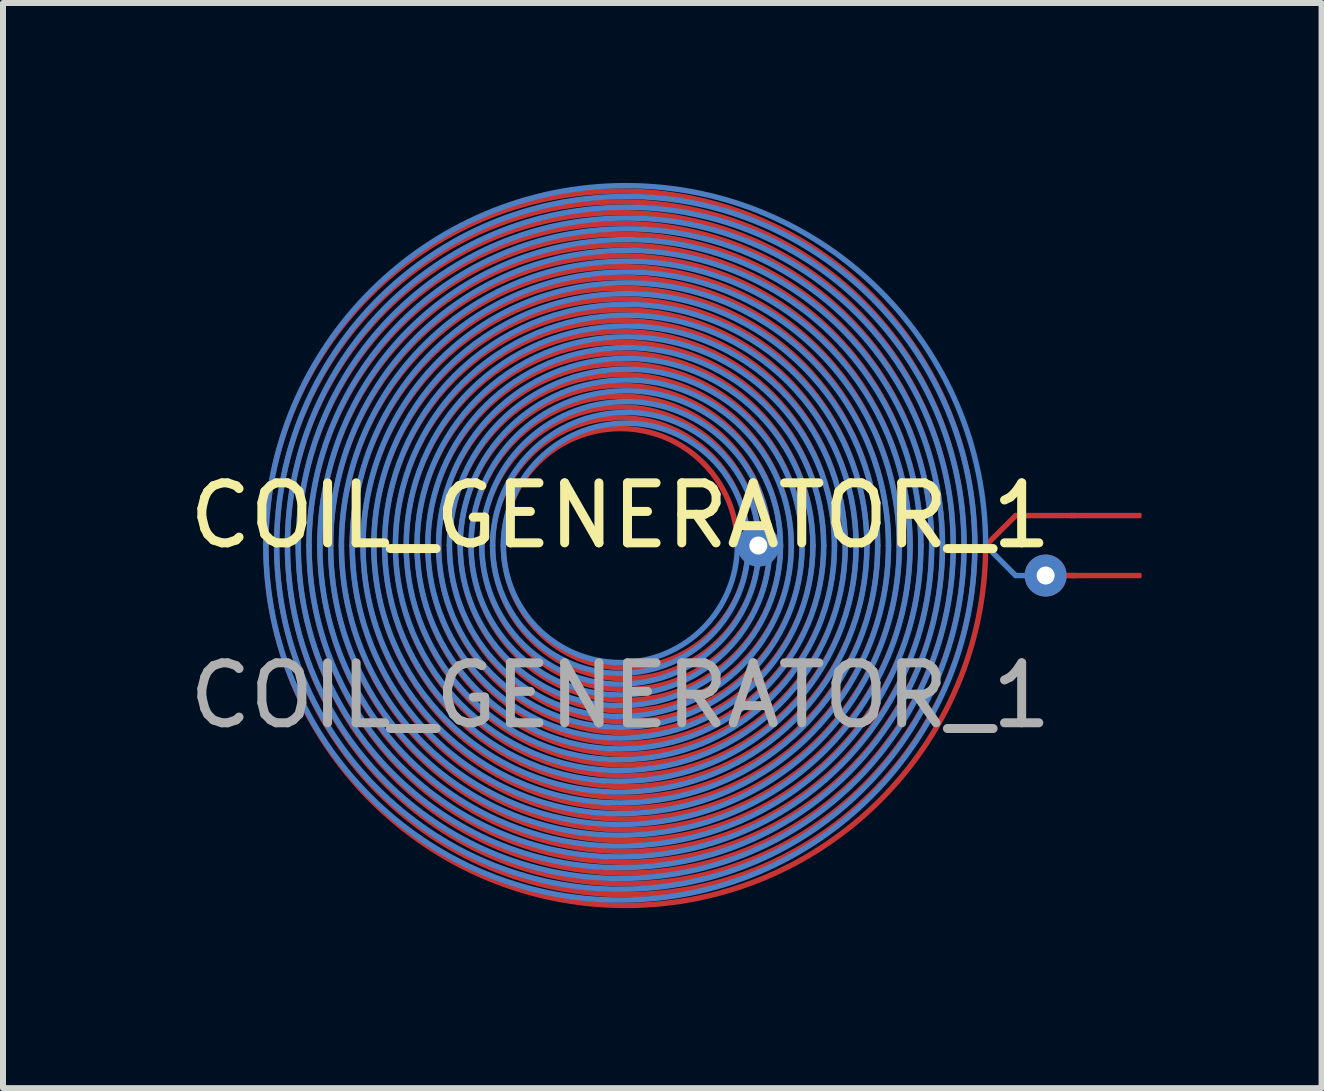
<source format=kicad_pcb>
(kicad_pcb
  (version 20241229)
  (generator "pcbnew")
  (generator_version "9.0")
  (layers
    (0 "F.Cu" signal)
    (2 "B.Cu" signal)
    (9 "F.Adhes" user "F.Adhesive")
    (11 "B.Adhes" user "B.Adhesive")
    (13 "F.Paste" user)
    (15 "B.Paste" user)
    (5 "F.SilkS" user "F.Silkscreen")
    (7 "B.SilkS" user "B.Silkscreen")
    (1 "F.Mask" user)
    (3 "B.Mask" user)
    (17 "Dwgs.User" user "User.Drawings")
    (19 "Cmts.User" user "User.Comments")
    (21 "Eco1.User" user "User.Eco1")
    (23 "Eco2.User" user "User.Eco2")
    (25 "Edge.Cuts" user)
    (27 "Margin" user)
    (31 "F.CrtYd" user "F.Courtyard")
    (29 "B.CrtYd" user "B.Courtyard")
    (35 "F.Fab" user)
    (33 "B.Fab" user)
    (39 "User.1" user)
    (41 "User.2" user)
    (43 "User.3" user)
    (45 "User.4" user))
  (footprint "COIL_GENERATOR_1"
    (layer "F.Cu")
    (at 7.292 6.045)
    (property "Reference" "COIL_GENERATOR_1" (at 0 -0.5 0) (unlocked yes) (layer "F.SilkS") (effects (font (size 1 1) (thickness 0.15))))
    (attr smd)
    (fp_line (start 6.09 0) (end 6.59 -0.5) (stroke (width 0.09) (type solid)) (layer "F.Cu"))
    (fp_line (start 6.59 -0.5) (end 7.59 -0.5) (stroke (width 0.09) (type solid)) (layer "F.Cu"))
    (fp_line (start 7.09 0.5) (end 7.59 0.5) (stroke (width 0.09) (type solid)) (layer "F.Cu"))
    (fp_arc (start -5.91 0) (mid 0 -5.91) (end 5.91 0) (stroke (width 0.09) (type solid)) (layer "F.Cu"))
    (fp_arc (start -5.73 0) (mid 0 -5.73) (end 5.73 0) (stroke (width 0.09) (type solid)) (layer "F.Cu"))
    (fp_arc (start -5.55 0) (mid 0 -5.55) (end 5.55 0) (stroke (width 0.09) (type solid)) (layer "F.Cu"))
    (fp_arc (start -5.37 0) (mid 0 -5.37) (end 5.37 0) (stroke (width 0.09) (type solid)) (layer "F.Cu"))
    (fp_arc (start -5.19 0) (mid 0 -5.19) (end 5.19 0) (stroke (width 0.09) (type solid)) (layer "F.Cu"))
    (fp_arc (start -5.01 0) (mid 0 -5.01) (end 5.01 0) (stroke (width 0.09) (type solid)) (layer "F.Cu"))
    (fp_arc (start -4.83 0) (mid 0 -4.83) (end 4.83 0) (stroke (width 0.09) (type solid)) (layer "F.Cu"))
    (fp_arc (start -4.65 0) (mid 0 -4.65) (end 4.65 0) (stroke (width 0.09) (type solid)) (layer "F.Cu"))
    (fp_arc (start -4.47 0) (mid 0 -4.47) (end 4.47 0) (stroke (width 0.09) (type solid)) (layer "F.Cu"))
    (fp_arc (start -4.29 0) (mid 0 -4.29) (end 4.29 0) (stroke (width 0.09) (type solid)) (layer "F.Cu"))
    (fp_arc (start -4.11 0) (mid 0 -4.11) (end 4.11 0) (stroke (width 0.09) (type solid)) (layer "F.Cu"))
    (fp_arc (start -3.93 0) (mid 0 -3.93) (end 3.93 0) (stroke (width 0.09) (type solid)) (layer "F.Cu"))
    (fp_arc (start -3.75 0) (mid 0 -3.75) (end 3.75 0) (stroke (width 0.09) (type solid)) (layer "F.Cu"))
    (fp_arc (start -3.57 0) (mid 0 -3.57) (end 3.57 0) (stroke (width 0.09) (type solid)) (layer "F.Cu"))
    (fp_arc (start -3.39 0) (mid 0 -3.39) (end 3.39 0) (stroke (width 0.09) (type solid)) (layer "F.Cu"))
    (fp_arc (start -3.21 0) (mid 0 -3.21) (end 3.21 0) (stroke (width 0.09) (type solid)) (layer "F.Cu"))
    (fp_arc (start -3.03 0) (mid 0 -3.03) (end 3.03 0) (stroke (width 0.09) (type solid)) (layer "F.Cu"))
    (fp_arc (start -2.85 0) (mid 0 -2.85) (end 2.85 0) (stroke (width 0.09) (type solid)) (layer "F.Cu"))
    (fp_arc (start -2.67 0) (mid 0 -2.67) (end 2.67 0) (stroke (width 0.09) (type solid)) (layer "F.Cu"))
    (fp_arc (start -2.49 0) (mid 0 -2.49) (end 2.49 0) (stroke (width 0.09) (type solid)) (layer "F.Cu"))
    (fp_arc (start -2.31 0) (mid 0 -2.31) (end 2.31 0) (stroke (width 0.09) (type solid)) (layer "F.Cu"))
    (fp_arc (start -2.13 0) (mid 0 -2.13) (end 2.13 0) (stroke (width 0.09) (type solid)) (layer "F.Cu"))
    (fp_arc (start -1.95 0) (mid 0 -1.95) (end 1.95 0) (stroke (width 0.09) (type solid)) (layer "F.Cu"))
    (fp_arc (start 2.13 0) (mid 0.09 2.04) (end -1.95 0) (stroke (width 0.09) (type solid)) (layer "F.Cu"))
    (fp_arc (start 2.31 0) (mid 0.09 2.22) (end -2.13 0) (stroke (width 0.09) (type solid)) (layer "F.Cu"))
    (fp_arc (start 2.49 0) (mid 0.09 2.4) (end -2.31 0) (stroke (width 0.09) (type solid)) (layer "F.Cu"))
    (fp_arc (start 2.67 0) (mid 0.09 2.58) (end -2.49 0) (stroke (width 0.09) (type solid)) (layer "F.Cu"))
    (fp_arc (start 2.85 0) (mid 0.09 2.76) (end -2.67 0) (stroke (width 0.09) (type solid)) (layer "F.Cu"))
    (fp_arc (start 3.03 0) (mid 0.09 2.94) (end -2.85 0) (stroke (width 0.09) (type solid)) (layer "F.Cu"))
    (fp_arc (start 3.21 0) (mid 0.09 3.12) (end -3.03 0) (stroke (width 0.09) (type solid)) (layer "F.Cu"))
    (fp_arc (start 3.39 0) (mid 0.09 3.3) (end -3.21 0) (stroke (width 0.09) (type solid)) (layer "F.Cu"))
    (fp_arc (start 3.57 0) (mid 0.09 3.48) (end -3.39 0) (stroke (width 0.09) (type solid)) (layer "F.Cu"))
    (fp_arc (start 3.75 0) (mid 0.09 3.66) (end -3.57 0) (stroke (width 0.09) (type solid)) (layer "F.Cu"))
    (fp_arc (start 3.93 0) (mid 0.09 3.84) (end -3.75 0) (stroke (width 0.09) (type solid)) (layer "F.Cu"))
    (fp_arc (start 4.11 0) (mid 0.09 4.02) (end -3.93 0) (stroke (width 0.09) (type solid)) (layer "F.Cu"))
    (fp_arc (start 4.29 0) (mid 0.09 4.2) (end -4.11 0) (stroke (width 0.09) (type solid)) (layer "F.Cu"))
    (fp_arc (start 4.47 0) (mid 0.09 4.38) (end -4.29 0) (stroke (width 0.09) (type solid)) (layer "F.Cu"))
    (fp_arc (start 4.65 0) (mid 0.09 4.56) (end -4.47 0) (stroke (width 0.09) (type solid)) (layer "F.Cu"))
    (fp_arc (start 4.83 0) (mid 0.09 4.74) (end -4.65 0) (stroke (width 0.09) (type solid)) (layer "F.Cu"))
    (fp_arc (start 5.01 0) (mid 0.09 4.92) (end -4.83 0) (stroke (width 0.09) (type solid)) (layer "F.Cu"))
    (fp_arc (start 5.19 0) (mid 0.09 5.1) (end -5.01 0) (stroke (width 0.09) (type solid)) (layer "F.Cu"))
    (fp_arc (start 5.37 0) (mid 0.09 5.28) (end -5.19 0) (stroke (width 0.09) (type solid)) (layer "F.Cu"))
    (fp_arc (start 5.55 0) (mid 0.09 5.46) (end -5.37 0) (stroke (width 0.09) (type solid)) (layer "F.Cu"))
    (fp_arc (start 5.73 0) (mid 0.09 5.64) (end -5.55 0) (stroke (width 0.09) (type solid)) (layer "F.Cu"))
    (fp_arc (start 5.91 0) (mid 0.09 5.82) (end -5.73 0) (stroke (width 0.09) (type solid)) (layer "F.Cu"))
    (fp_arc (start 6.09 0) (mid 0.09 6) (end -5.91 0) (stroke (width 0.09) (type solid)) (layer "F.Cu"))
    (fp_line (start 6.09 0) (end 6.59 0.5) (stroke (width 0.09) (type solid)) (layer "B.Cu"))
    (fp_line (start 6.59 0.5) (end 7.09 0.5) (stroke (width 0.09) (type solid)) (layer "B.Cu"))
    (fp_arc (start -5.91 0) (mid 0.09 -6) (end 6.09 0) (stroke (width 0.09) (type solid)) (layer "B.Cu"))
    (fp_arc (start -5.73 0) (mid 0.09 -5.82) (end 5.91 0) (stroke (width 0.09) (type solid)) (layer "B.Cu"))
    (fp_arc (start -5.55 0) (mid 0.09 -5.64) (end 5.73 0) (stroke (width 0.09) (type solid)) (layer "B.Cu"))
    (fp_arc (start -5.37 0) (mid 0.09 -5.46) (end 5.55 0) (stroke (width 0.09) (type solid)) (layer "B.Cu"))
    (fp_arc (start -5.19 0) (mid 0.09 -5.28) (end 5.37 0) (stroke (width 0.09) (type solid)) (layer "B.Cu"))
    (fp_arc (start -5.01 0) (mid 0.09 -5.1) (end 5.19 0) (stroke (width 0.09) (type solid)) (layer "B.Cu"))
    (fp_arc (start -4.83 0) (mid 0.09 -4.92) (end 5.01 0) (stroke (width 0.09) (type solid)) (layer "B.Cu"))
    (fp_arc (start -4.65 0) (mid 0.09 -4.74) (end 4.83 0) (stroke (width 0.09) (type solid)) (layer "B.Cu"))
    (fp_arc (start -4.47 0) (mid 0.09 -4.56) (end 4.65 0) (stroke (width 0.09) (type solid)) (layer "B.Cu"))
    (fp_arc (start -4.29 0) (mid 0.09 -4.38) (end 4.47 0) (stroke (width 0.09) (type solid)) (layer "B.Cu"))
    (fp_arc (start -4.11 0) (mid 0.09 -4.2) (end 4.29 0) (stroke (width 0.09) (type solid)) (layer "B.Cu"))
    (fp_arc (start -3.93 0) (mid 0.09 -4.02) (end 4.11 0) (stroke (width 0.09) (type solid)) (layer "B.Cu"))
    (fp_arc (start -3.75 0) (mid 0.09 -3.84) (end 3.93 0) (stroke (width 0.09) (type solid)) (layer "B.Cu"))
    (fp_arc (start -3.57 0) (mid 0.09 -3.66) (end 3.75 0) (stroke (width 0.09) (type solid)) (layer "B.Cu"))
    (fp_arc (start -3.39 0) (mid 0.09 -3.48) (end 3.57 0) (stroke (width 0.09) (type solid)) (layer "B.Cu"))
    (fp_arc (start -3.21 0) (mid 0.09 -3.3) (end 3.39 0) (stroke (width 0.09) (type solid)) (layer "B.Cu"))
    (fp_arc (start -3.03 0) (mid 0.09 -3.12) (end 3.21 0) (stroke (width 0.09) (type solid)) (layer "B.Cu"))
    (fp_arc (start -2.85 0) (mid 0.09 -2.94) (end 3.03 0) (stroke (width 0.09) (type solid)) (layer "B.Cu"))
    (fp_arc (start -2.67 0) (mid 0.09 -2.76) (end 2.85 0) (stroke (width 0.09) (type solid)) (layer "B.Cu"))
    (fp_arc (start -2.49 0) (mid 0.09 -2.58) (end 2.67 0) (stroke (width 0.09) (type solid)) (layer "B.Cu"))
    (fp_arc (start -2.31 0) (mid 0.09 -2.4) (end 2.49 0) (stroke (width 0.09) (type solid)) (layer "B.Cu"))
    (fp_arc (start -2.13 0) (mid 0.09 -2.22) (end 2.31 0) (stroke (width 0.09) (type solid)) (layer "B.Cu"))
    (fp_arc (start -1.95 0) (mid 0.09 -2.04) (end 2.13 0) (stroke (width 0.09) (type solid)) (layer "B.Cu"))
    (fp_arc (start 1.95 0) (mid 0 1.95) (end -1.95 0) (stroke (width 0.09) (type solid)) (layer "B.Cu"))
    (fp_arc (start 2.13 0) (mid 0 2.13) (end -2.13 0) (stroke (width 0.09) (type solid)) (layer "B.Cu"))
    (fp_arc (start 2.31 0) (mid 0 2.31) (end -2.31 0) (stroke (width 0.09) (type solid)) (layer "B.Cu"))
    (fp_arc (start 2.49 0) (mid 0 2.49) (end -2.49 0) (stroke (width 0.09) (type solid)) (layer "B.Cu"))
    (fp_arc (start 2.67 0) (mid 0 2.67) (end -2.67 0) (stroke (width 0.09) (type solid)) (layer "B.Cu"))
    (fp_arc (start 2.85 0) (mid 0 2.85) (end -2.85 0) (stroke (width 0.09) (type solid)) (layer "B.Cu"))
    (fp_arc (start 3.03 0) (mid 0 3.03) (end -3.03 0) (stroke (width 0.09) (type solid)) (layer "B.Cu"))
    (fp_arc (start 3.21 0) (mid 0 3.21) (end -3.21 0) (stroke (width 0.09) (type solid)) (layer "B.Cu"))
    (fp_arc (start 3.39 0) (mid 0 3.39) (end -3.39 0) (stroke (width 0.09) (type solid)) (layer "B.Cu"))
    (fp_arc (start 3.57 0) (mid 0 3.57) (end -3.57 0) (stroke (width 0.09) (type solid)) (layer "B.Cu"))
    (fp_arc (start 3.75 0) (mid 0 3.75) (end -3.75 0) (stroke (width 0.09) (type solid)) (layer "B.Cu"))
    (fp_arc (start 3.93 0) (mid 0 3.93) (end -3.93 0) (stroke (width 0.09) (type solid)) (layer "B.Cu"))
    (fp_arc (start 4.11 0) (mid 0 4.11) (end -4.11 0) (stroke (width 0.09) (type solid)) (layer "B.Cu"))
    (fp_arc (start 4.29 0) (mid 0 4.29) (end -4.29 0) (stroke (width 0.09) (type solid)) (layer "B.Cu"))
    (fp_arc (start 4.47 0) (mid 0 4.47) (end -4.47 0) (stroke (width 0.09) (type solid)) (layer "B.Cu"))
    (fp_arc (start 4.65 0) (mid 0 4.65) (end -4.65 0) (stroke (width 0.09) (type solid)) (layer "B.Cu"))
    (fp_arc (start 4.83 0) (mid 0 4.83) (end -4.83 0) (stroke (width 0.09) (type solid)) (layer "B.Cu"))
    (fp_arc (start 5.01 0) (mid 0 5.01) (end -5.01 0) (stroke (width 0.09) (type solid)) (layer "B.Cu"))
    (fp_arc (start 5.19 0) (mid 0 5.19) (end -5.19 0) (stroke (width 0.09) (type solid)) (layer "B.Cu"))
    (fp_arc (start 5.37 0) (mid 0 5.37) (end -5.37 0) (stroke (width 0.09) (type solid)) (layer "B.Cu"))
    (fp_arc (start 5.55 0) (mid 0 5.55) (end -5.55 0) (stroke (width 0.09) (type solid)) (layer "B.Cu"))
    (fp_arc (start 5.73 0) (mid 0 5.73) (end -5.73 0) (stroke (width 0.09) (type solid)) (layer "B.Cu"))
    (fp_arc (start 5.91 0) (mid 0 5.91) (end -5.91 0) (stroke (width 0.09) (type solid)) (layer "B.Cu"))
    (fp_text user "${REFERENCE}" (at 0 2.5 0) (unlocked yes) (layer "F.Fab") (effects (font (size 1 1) (thickness 0.15))))
    (pad "" thru_hole circle (at 2.3 0) (size 0.7 0.7) (drill 0.3) (layers "*.Cu" "*.Mask"))
    (pad "" thru_hole circle (at 7.09 0.5) (size 0.7 0.7) (drill 0.3) (layers "*.Cu" "*.Mask"))
    (pad "1" smd roundrect (at 8.09 -0.5) (size 1.2 0.09) (layers "F.Cu") (roundrect_rratio 0.25))
    (pad "2" smd roundrect (at 8.09 0.5) (size 1.2 0.09) (layers "F.Cu") (roundrect_rratio 0.25)))
  (gr_rect
    (start -3 -3)
    (end 18.982 15.09)
    (stroke (width 0.1) (type default))
    (fill no)
    (layer "Edge.Cuts")))
</source>
